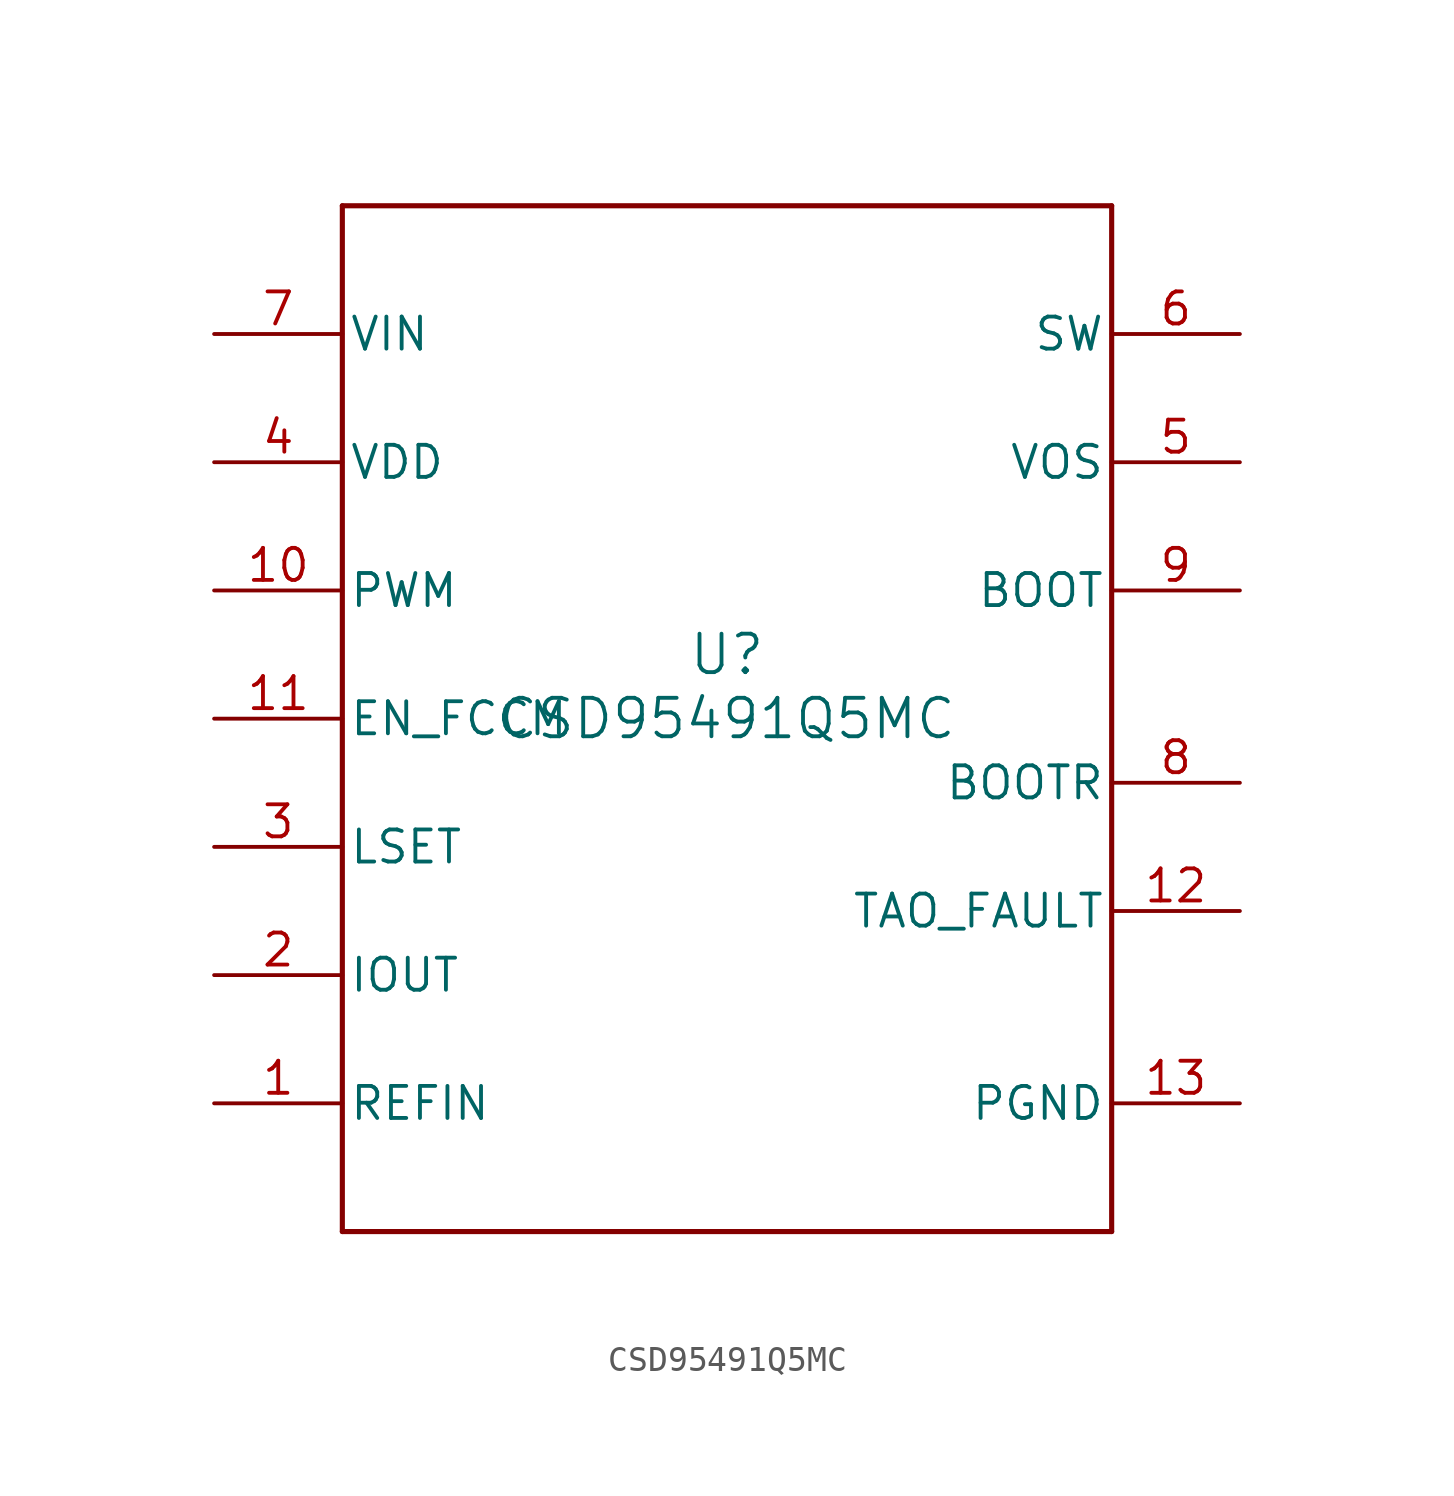
<source format=kicad_sym>
(kicad_symbol_lib
  (version 20211014)
  (generator kicad_symbol_editor)
  (symbol "CSD95491Q5MC"
    (pin_names
      (offset 0.254))
    (property "Reference" "U"
      (at 0 2.54 0)
      (effects (font (size 1.524 1.524))))
    (property "Value" "CSD95491Q5MC"
      (at 0 0 0)
      (effects (font (size 1.524 1.524))))
    (symbol "CSD95491Q5MC_0_1"
      (polyline (pts (xy -15.24 -20.32) (xy 15.24 -20.32)) (stroke (width 0.203) (type default) (color 0 0 0 0)) (fill (type none)))
      (polyline (pts (xy 15.24 -20.32) (xy 15.24 20.32)) (stroke (width 0.203) (type default) (color 0 0 0 0)) (fill (type none)))
      (polyline (pts (xy 15.24 20.32) (xy -15.24 20.32)) (stroke (width 0.203) (type default) (color 0 0 0 0)) (fill (type none)))
      (polyline (pts (xy -15.24 20.32) (xy -15.24 -20.32)) (stroke (width 0.203) (type default) (color 0 0 0 0)) (fill (type none)))
      (pin input line (at -20.32 -15.24 0) (length 5.08) (name "REFIN" (effects (font (size 1.27 1.27)))) (number "1" (effects (font (size 1.27 1.27)))))
      (pin output line (at -20.32 -10.16 0) (length 5.08) (name "IOUT" (effects (font (size 1.27 1.27)))) (number "2" (effects (font (size 1.27 1.27)))))
      (pin input line (at -20.32 -5.08 0) (length 5.08) (name "LSET" (effects (font (size 1.27 1.27)))) (number "3" (effects (font (size 1.27 1.27)))))
      (pin power_in line (at -20.32 10.16 0) (length 5.08) (name "VDD" (effects (font (size 1.27 1.27)))) (number "4" (effects (font (size 1.27 1.27)))))
      (pin input line (at 20.32 10.16 180) (length 5.08) (name "VOS" (effects (font (size 1.27 1.27)))) (number "5" (effects (font (size 1.27 1.27)))))
      (pin power_in line (at 20.32 15.24 180) (length 5.08) (name "SW" (effects (font (size 1.27 1.27)))) (number "6" (effects (font (size 1.27 1.27)))))
      (pin power_in line (at -20.32 15.24 0) (length 5.08) (name "VIN" (effects (font (size 1.27 1.27)))) (number "7" (effects (font (size 1.27 1.27)))))
      (pin unspecified line (at 20.32 -2.54 180) (length 5.08) (name "BOOTR" (effects (font (size 1.27 1.27)))) (number "8" (effects (font (size 1.27 1.27)))))
      (pin unspecified line (at 20.32 5.08 180) (length 5.08) (name "BOOT" (effects (font (size 1.27 1.27)))) (number "9" (effects (font (size 1.27 1.27)))))
      (pin input line (at -20.32 5.08 0) (length 5.08) (name "PWM" (effects (font (size 1.27 1.27)))) (number "10" (effects (font (size 1.27 1.27)))))
      (pin input line (at -20.32 0 0) (length 5.08) (name "EN_FCCM" (effects (font (size 1.27 1.27)))) (number "11" (effects (font (size 1.27 1.27)))))
      (pin output line (at 20.32 -7.62 180) (length 5.08) (name "TAO_FAULT" (effects (font (size 1.27 1.27)))) (number "12" (effects (font (size 1.27 1.27)))))
      (pin power_in line (at 20.32 -15.24 180) (length 5.08) (name "PGND" (effects (font (size 1.27 1.27)))) (number "13" (effects (font (size 1.27 1.27))))))))
</source>
